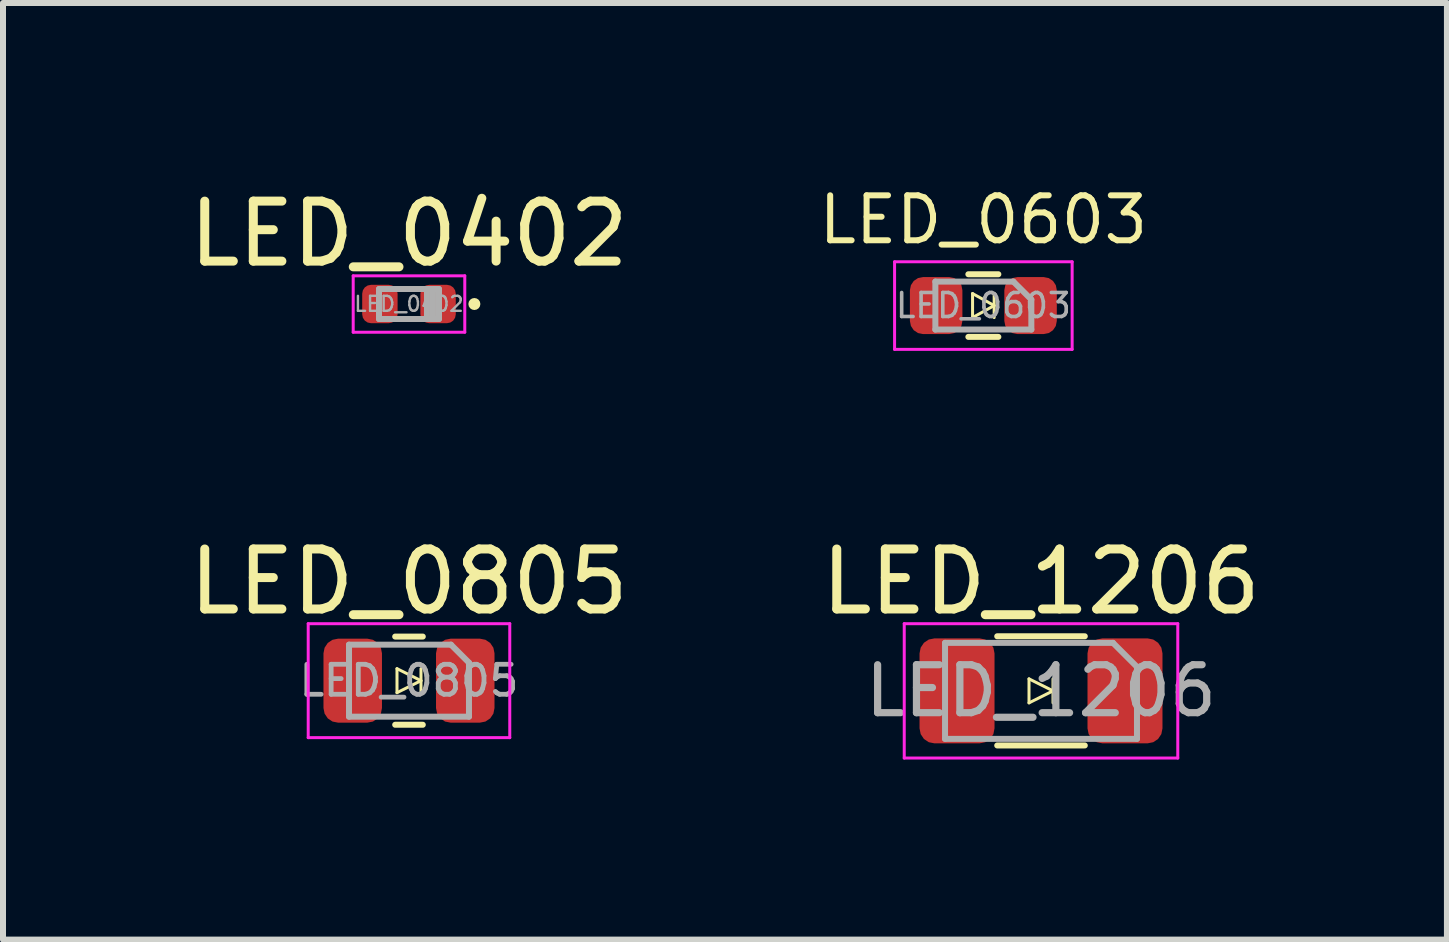
<source format=kicad_pcb>
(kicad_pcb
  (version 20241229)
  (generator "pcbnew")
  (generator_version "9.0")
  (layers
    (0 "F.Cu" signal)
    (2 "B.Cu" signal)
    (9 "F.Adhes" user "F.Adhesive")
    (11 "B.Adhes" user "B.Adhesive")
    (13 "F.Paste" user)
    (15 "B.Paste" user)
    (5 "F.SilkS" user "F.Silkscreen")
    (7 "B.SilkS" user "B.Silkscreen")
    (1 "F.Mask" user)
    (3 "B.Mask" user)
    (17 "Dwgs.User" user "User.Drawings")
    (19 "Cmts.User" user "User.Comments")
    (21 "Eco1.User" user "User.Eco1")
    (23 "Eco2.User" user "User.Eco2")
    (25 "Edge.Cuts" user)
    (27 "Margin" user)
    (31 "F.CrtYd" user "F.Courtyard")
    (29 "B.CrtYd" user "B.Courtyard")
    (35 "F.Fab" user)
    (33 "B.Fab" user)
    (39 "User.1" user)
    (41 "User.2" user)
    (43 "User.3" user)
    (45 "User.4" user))
  (footprint "LED_0402"
    (layer "F.Cu")
    (at 3.768 2.018)
    (property "Reference" "LED_0402" (at 0 -1.17 0) (layer "F.SilkS") (effects (font (size 1 1) (thickness 0.15))))
    (attr smd)
    (fp_circle (center 1.09 0) (end 1.14 0) (stroke (width 0.1) (type solid)) (fill no) (layer "F.SilkS"))
    (fp_line (start -0.93 -0.47) (end 0.93 -0.47) (stroke (width 0.05) (type solid)) (layer "F.CrtYd"))
    (fp_line (start -0.93 0.47) (end -0.93 -0.47) (stroke (width 0.05) (type solid)) (layer "F.CrtYd"))
    (fp_line (start 0.93 -0.47) (end 0.93 0.47) (stroke (width 0.05) (type solid)) (layer "F.CrtYd"))
    (fp_line (start 0.93 0.47) (end -0.93 0.47) (stroke (width 0.05) (type solid)) (layer "F.CrtYd"))
    (fp_line (start -0.5 -0.25) (end 0.5 -0.25) (stroke (width 0.1) (type solid)) (layer "F.Fab"))
    (fp_line (start -0.5 0.25) (end -0.5 -0.25) (stroke (width 0.1) (type solid)) (layer "F.Fab"))
    (fp_line (start 0.3 0.25) (end 0.3 -0.25) (stroke (width 0.1) (type solid)) (layer "F.Fab"))
    (fp_line (start 0.4 0.25) (end 0.4 -0.25) (stroke (width 0.1) (type solid)) (layer "F.Fab"))
    (fp_line (start 0.5 -0.25) (end 0.5 0.25) (stroke (width 0.1) (type solid)) (layer "F.Fab"))
    (fp_line (start 0.5 0.25) (end -0.5 0.25) (stroke (width 0.1) (type solid)) (layer "F.Fab"))
    (fp_text user "${REFERENCE}" (at 0 0 0) (layer "F.Fab") (effects (font (size 0.25 0.25) (thickness 0.04))))
    (pad "1" smd roundrect (at -0.485 0) (size 0.59 0.64) (layers "F.Cu" "F.Mask" "F.Paste") (roundrect_rratio 0.25))
    (pad "2" smd roundrect (at 0.485 0) (size 0.59 0.64) (layers "F.Cu" "F.Mask" "F.Paste") (roundrect_rratio 0.25)))
  (footprint "LED_0603"
    (layer "F.Cu")
    (at 13.343 2.044)
    (property "Reference" "LED_0603" (at 0 -1.43 0) (layer "F.SilkS") (effects (font (size 0.75 0.75) (thickness 0.1))))
    (attr smd)
    (fp_line (start -0.25 0.522) (end 0.25 0.522) (stroke (width 0.1) (type solid)) (layer "F.SilkS"))
    (fp_line (start -0.18 -0.2) (end -0.18 0.2) (stroke (width 0.05) (type solid)) (layer "F.SilkS"))
    (fp_line (start -0.18 -0.2) (end 0.18 0) (stroke (width 0.05) (type solid)) (layer "F.SilkS"))
    (fp_line (start 0.18 -0.2) (end 0.18 0.2) (stroke (width 0.05) (type solid)) (layer "F.SilkS"))
    (fp_line (start 0.18 0) (end -0.18 0.2) (stroke (width 0.05) (type solid)) (layer "F.SilkS"))
    (fp_line (start 0.25 -0.522) (end -0.25 -0.522) (stroke (width 0.1) (type solid)) (layer "F.SilkS"))
    (fp_line (start -1.48 -0.73) (end 1.48 -0.73) (stroke (width 0.05) (type solid)) (layer "F.CrtYd"))
    (fp_line (start -1.48 0.73) (end -1.48 -0.73) (stroke (width 0.05) (type solid)) (layer "F.CrtYd"))
    (fp_line (start 1.48 -0.73) (end 1.48 0.73) (stroke (width 0.05) (type solid)) (layer "F.CrtYd"))
    (fp_line (start 1.48 0.73) (end -1.48 0.73) (stroke (width 0.05) (type solid)) (layer "F.CrtYd"))
    (fp_line (start -0.8 -0.4) (end -0.8 0.4) (stroke (width 0.1) (type solid)) (layer "F.Fab"))
    (fp_line (start -0.8 0.4) (end 0.8 0.4) (stroke (width 0.1) (type solid)) (layer "F.Fab"))
    (fp_line (start 0.5 -0.4) (end -0.8 -0.4) (stroke (width 0.1) (type solid)) (layer "F.Fab"))
    (fp_line (start 0.5 -0.4) (end 0.8 -0.1) (stroke (width 0.1) (type solid)) (layer "F.Fab"))
    (fp_line (start 0.8 0.4) (end 0.8 -0.1) (stroke (width 0.1) (type solid)) (layer "F.Fab"))
    (fp_text user "${REFERENCE}" (at 0 0 0) (layer "F.Fab") (effects (font (size 0.4 0.4) (thickness 0.06))))
    (pad "1" smd roundrect (at -0.787 0) (size 0.875 0.95) (layers "F.Cu" "F.Mask" "F.Paste") (roundrect_rratio 0.25))
    (pad "2" smd roundrect (at 0.787 0) (size 0.875 0.95) (layers "F.Cu" "F.Mask" "F.Paste") (roundrect_rratio 0.25)))
  (footprint "LED_1206"
    (layer "F.Cu")
    (at 14.304 8.467)
    (property "Reference" "LED_1206" (at 0 -1.82 0) (layer "F.SilkS") (effects (font (size 1 1) (thickness 0.15))))
    (attr smd)
    (fp_line (start -0.73 0.91) (end 0.73 0.91) (stroke (width 0.1) (type solid)) (layer "F.SilkS"))
    (fp_line (start -0.2 -0.2) (end -0.2 0.2) (stroke (width 0.05) (type solid)) (layer "F.SilkS"))
    (fp_line (start -0.2 -0.2) (end 0.2 0) (stroke (width 0.05) (type solid)) (layer "F.SilkS"))
    (fp_line (start 0.2 -0.2) (end 0.2 0.2) (stroke (width 0.05) (type solid)) (layer "F.SilkS"))
    (fp_line (start 0.2 0) (end -0.2 0.2) (stroke (width 0.05) (type solid)) (layer "F.SilkS"))
    (fp_line (start 0.73 -0.91) (end -0.73 -0.91) (stroke (width 0.1) (type solid)) (layer "F.SilkS"))
    (fp_line (start -2.28 -1.12) (end 2.28 -1.12) (stroke (width 0.05) (type solid)) (layer "F.CrtYd"))
    (fp_line (start -2.28 1.12) (end -2.28 -1.12) (stroke (width 0.05) (type solid)) (layer "F.CrtYd"))
    (fp_line (start 2.28 -1.12) (end 2.28 1.12) (stroke (width 0.05) (type solid)) (layer "F.CrtYd"))
    (fp_line (start 2.28 1.12) (end -2.28 1.12) (stroke (width 0.05) (type solid)) (layer "F.CrtYd"))
    (fp_line (start -1.6 -0.8) (end -1.6 0.8) (stroke (width 0.1) (type solid)) (layer "F.Fab"))
    (fp_line (start -1.6 0.8) (end 1.6 0.8) (stroke (width 0.1) (type solid)) (layer "F.Fab"))
    (fp_line (start 1.2 -0.8) (end -1.6 -0.8) (stroke (width 0.1) (type solid)) (layer "F.Fab"))
    (fp_line (start 1.2 -0.8) (end 1.6 -0.4) (stroke (width 0.1) (type solid)) (layer "F.Fab"))
    (fp_line (start 1.6 0.8) (end 1.6 -0.4) (stroke (width 0.1) (type solid)) (layer "F.Fab"))
    (fp_text user "${REFERENCE}" (at 0 0 0) (layer "F.Fab") (effects (font (size 0.8 0.8) (thickness 0.12))))
    (pad "1" smd roundrect (at -1.4 0) (size 1.25 1.75) (layers "F.Cu" "F.Mask" "F.Paste") (roundrect_rratio 0.2))
    (pad "2" smd roundrect (at 1.4 0) (size 1.25 1.75) (layers "F.Cu" "F.Mask" "F.Paste") (roundrect_rratio 0.2)))
  (footprint "LED_0805"
    (layer "F.Cu")
    (at 3.768 8.297)
    (property "Reference" "LED_0805" (at 0 -1.65 0) (layer "F.SilkS") (effects (font (size 1 1) (thickness 0.15))))
    (attr smd)
    (fp_line (start -0.23 0.735) (end 0.23 0.735) (stroke (width 0.1) (type solid)) (layer "F.SilkS"))
    (fp_line (start -0.2 -0.2) (end -0.2 0.2) (stroke (width 0.05) (type solid)) (layer "F.SilkS"))
    (fp_line (start -0.2 -0.2) (end 0.2 0) (stroke (width 0.05) (type solid)) (layer "F.SilkS"))
    (fp_line (start 0.2 -0.2) (end 0.2 0.2) (stroke (width 0.05) (type solid)) (layer "F.SilkS"))
    (fp_line (start 0.2 0) (end -0.2 0.2) (stroke (width 0.05) (type solid)) (layer "F.SilkS"))
    (fp_line (start 0.23 -0.735) (end -0.23 -0.735) (stroke (width 0.1) (type solid)) (layer "F.SilkS"))
    (fp_line (start -1.68 -0.95) (end 1.68 -0.95) (stroke (width 0.05) (type solid)) (layer "F.CrtYd"))
    (fp_line (start -1.68 0.95) (end -1.68 -0.95) (stroke (width 0.05) (type solid)) (layer "F.CrtYd"))
    (fp_line (start 1.68 -0.95) (end 1.68 0.95) (stroke (width 0.05) (type solid)) (layer "F.CrtYd"))
    (fp_line (start 1.68 0.95) (end -1.68 0.95) (stroke (width 0.05) (type solid)) (layer "F.CrtYd"))
    (fp_line (start -1 -0.6) (end -1 0.6) (stroke (width 0.1) (type solid)) (layer "F.Fab"))
    (fp_line (start -1 0.6) (end 1 0.6) (stroke (width 0.1) (type solid)) (layer "F.Fab"))
    (fp_line (start 0.7 -0.6) (end -1 -0.6) (stroke (width 0.1) (type solid)) (layer "F.Fab"))
    (fp_line (start 0.7 -0.6) (end 1 -0.3) (stroke (width 0.1) (type solid)) (layer "F.Fab"))
    (fp_line (start 1 0.6) (end 1 -0.3) (stroke (width 0.1) (type solid)) (layer "F.Fab"))
    (fp_text user "${REFERENCE}" (at 0 0 0) (layer "F.Fab") (effects (font (size 0.5 0.5) (thickness 0.08))))
    (pad "1" smd roundrect (at -0.938 0) (size 0.975 1.4) (layers "F.Cu" "F.Mask" "F.Paste") (roundrect_rratio 0.25))
    (pad "2" smd roundrect (at 0.938 0) (size 0.975 1.4) (layers "F.Cu" "F.Mask" "F.Paste") (roundrect_rratio 0.25)))
  (gr_rect
    (start -3 -3)
    (end 21.071 12.613)
    (stroke (width 0.1) (type default))
    (fill no)
    (layer "Edge.Cuts")))
</source>
